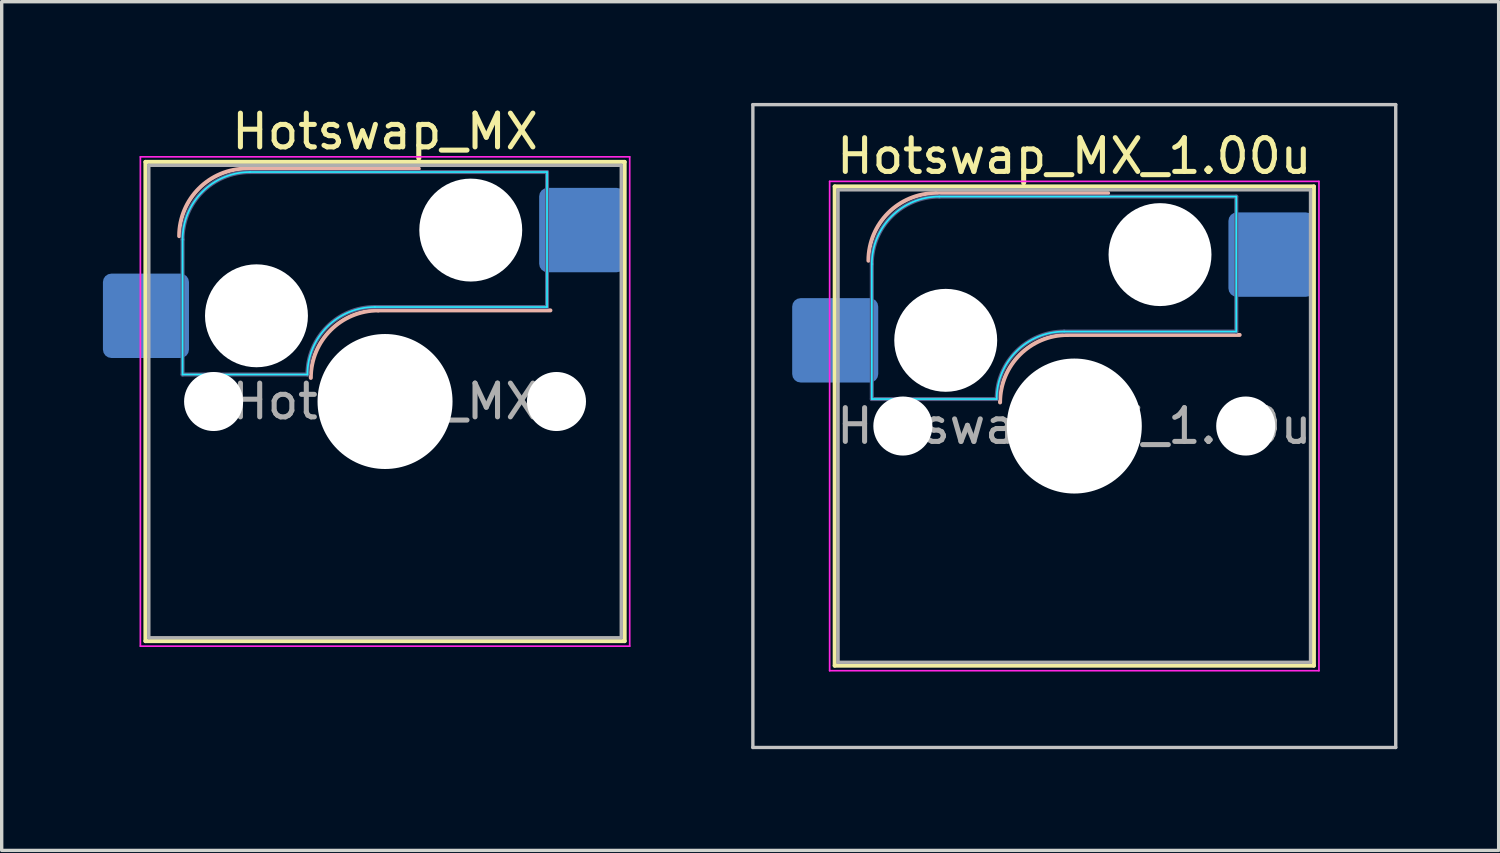
<source format=kicad_pcb>
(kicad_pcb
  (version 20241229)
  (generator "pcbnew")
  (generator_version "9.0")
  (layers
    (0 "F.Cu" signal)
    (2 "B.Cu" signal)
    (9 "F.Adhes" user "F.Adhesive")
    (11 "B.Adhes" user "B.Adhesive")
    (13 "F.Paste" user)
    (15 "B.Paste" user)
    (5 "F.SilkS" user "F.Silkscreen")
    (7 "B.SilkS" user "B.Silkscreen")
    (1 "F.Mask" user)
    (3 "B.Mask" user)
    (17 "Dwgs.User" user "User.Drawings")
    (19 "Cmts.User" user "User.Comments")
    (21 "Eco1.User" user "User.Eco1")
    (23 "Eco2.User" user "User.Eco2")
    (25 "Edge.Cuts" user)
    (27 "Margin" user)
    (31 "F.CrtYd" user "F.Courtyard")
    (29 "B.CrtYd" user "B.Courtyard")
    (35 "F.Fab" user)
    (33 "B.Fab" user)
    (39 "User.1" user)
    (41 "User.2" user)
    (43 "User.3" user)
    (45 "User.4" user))
  (footprint "Hotswap_MX_1.00u"
    (layer "F.Cu")
    (at 28.785 9.575)
    (property "Reference" "Hotswap_MX_1.00u" (at 0 -8 0) (layer "F.SilkS") (effects (font (size 1 1) (thickness 0.15))))
    (attr smd)
    (fp_line (start -7.1 -7.1) (end -7.1 7.1) (stroke (width 0.12) (type solid)) (layer "F.SilkS"))
    (fp_line (start -7.1 7.1) (end 7.1 7.1) (stroke (width 0.12) (type solid)) (layer "F.SilkS"))
    (fp_line (start 7.1 -7.1) (end -7.1 -7.1) (stroke (width 0.12) (type solid)) (layer "F.SilkS"))
    (fp_line (start 7.1 7.1) (end 7.1 -7.1) (stroke (width 0.12) (type solid)) (layer "F.SilkS"))
    (fp_line (start -4.1 -6.9) (end 1 -6.9) (stroke (width 0.12) (type solid)) (layer "B.SilkS"))
    (fp_line (start -0.2 -2.7) (end 4.9 -2.7) (stroke (width 0.12) (type solid)) (layer "B.SilkS"))
    (fp_arc (start -6.1 -4.9) (mid -5.514214 -6.314214) (end -4.1 -6.9) (stroke (width 0.12) (type solid)) (layer "B.SilkS"))
    (fp_arc (start -2.2 -0.7) (mid -1.614214 -2.114214) (end -0.2 -2.7) (stroke (width 0.12) (type solid)) (layer "B.SilkS"))
    (fp_line (start -9.525 -9.525) (end -9.525 9.525) (stroke (width 0.1) (type solid)) (layer "Dwgs.User"))
    (fp_line (start -9.525 9.525) (end 9.525 9.525) (stroke (width 0.1) (type solid)) (layer "Dwgs.User"))
    (fp_line (start 9.525 -9.525) (end -9.525 -9.525) (stroke (width 0.1) (type solid)) (layer "Dwgs.User"))
    (fp_line (start 9.525 9.525) (end 9.525 -9.525) (stroke (width 0.1) (type solid)) (layer "Dwgs.User"))
    (fp_line (start -7.8 -6) (end -7 -6) (stroke (width 0.1) (type solid)) (layer "Eco1.User"))
    (fp_line (start -7.8 -2.9) (end -7.8 -6) (stroke (width 0.1) (type solid)) (layer "Eco1.User"))
    (fp_line (start -7.8 2.9) (end -7 2.9) (stroke (width 0.1) (type solid)) (layer "Eco1.User"))
    (fp_line (start -7.8 6) (end -7.8 2.9) (stroke (width 0.1) (type solid)) (layer "Eco1.User"))
    (fp_line (start -7 -7) (end 7 -7) (stroke (width 0.1) (type solid)) (layer "Eco1.User"))
    (fp_line (start -7 -6) (end -7 -7) (stroke (width 0.1) (type solid)) (layer "Eco1.User"))
    (fp_line (start -7 -2.9) (end -7.8 -2.9) (stroke (width 0.1) (type solid)) (layer "Eco1.User"))
    (fp_line (start -7 2.9) (end -7 -2.9) (stroke (width 0.1) (type solid)) (layer "Eco1.User"))
    (fp_line (start -7 6) (end -7.8 6) (stroke (width 0.1) (type solid)) (layer "Eco1.User"))
    (fp_line (start -7 7) (end -7 6) (stroke (width 0.1) (type solid)) (layer "Eco1.User"))
    (fp_line (start 7 -7) (end 7 -6) (stroke (width 0.1) (type solid)) (layer "Eco1.User"))
    (fp_line (start 7 -6) (end 7.8 -6) (stroke (width 0.1) (type solid)) (layer "Eco1.User"))
    (fp_line (start 7 -2.9) (end 7 2.9) (stroke (width 0.1) (type solid)) (layer "Eco1.User"))
    (fp_line (start 7 2.9) (end 7.8 2.9) (stroke (width 0.1) (type solid)) (layer "Eco1.User"))
    (fp_line (start 7 6) (end 7 7) (stroke (width 0.1) (type solid)) (layer "Eco1.User"))
    (fp_line (start 7 7) (end -7 7) (stroke (width 0.1) (type solid)) (layer "Eco1.User"))
    (fp_line (start 7.8 -6) (end 7.8 -2.9) (stroke (width 0.1) (type solid)) (layer "Eco1.User"))
    (fp_line (start 7.8 -2.9) (end 7 -2.9) (stroke (width 0.1) (type solid)) (layer "Eco1.User"))
    (fp_line (start 7.8 2.9) (end 7.8 6) (stroke (width 0.1) (type solid)) (layer "Eco1.User"))
    (fp_line (start 7.8 6) (end 7 6) (stroke (width 0.1) (type solid)) (layer "Eco1.User"))
    (fp_line (start -6 -0.8) (end -6 -4.8) (stroke (width 0.05) (type solid)) (layer "B.CrtYd"))
    (fp_line (start -6 -0.8) (end -2.3 -0.8) (stroke (width 0.05) (type solid)) (layer "B.CrtYd"))
    (fp_line (start -4 -6.8) (end 4.8 -6.8) (stroke (width 0.05) (type solid)) (layer "B.CrtYd"))
    (fp_line (start -0.3 -2.8) (end 4.8 -2.8) (stroke (width 0.05) (type solid)) (layer "B.CrtYd"))
    (fp_line (start 4.8 -6.8) (end 4.8 -2.8) (stroke (width 0.05) (type solid)) (layer "B.CrtYd"))
    (fp_arc (start -6 -4.8) (mid -5.414214 -6.214214) (end -4 -6.8) (stroke (width 0.05) (type solid)) (layer "B.CrtYd"))
    (fp_arc (start -2.3 -0.8) (mid -1.714214 -2.214214) (end -0.3 -2.8) (stroke (width 0.05) (type solid)) (layer "B.CrtYd"))
    (fp_line (start -7.25 -7.25) (end -7.25 7.25) (stroke (width 0.05) (type solid)) (layer "F.CrtYd"))
    (fp_line (start -7.25 7.25) (end 7.25 7.25) (stroke (width 0.05) (type solid)) (layer "F.CrtYd"))
    (fp_line (start 7.25 -7.25) (end -7.25 -7.25) (stroke (width 0.05) (type solid)) (layer "F.CrtYd"))
    (fp_line (start 7.25 7.25) (end 7.25 -7.25) (stroke (width 0.05) (type solid)) (layer "F.CrtYd"))
    (fp_line (start -6 -0.8) (end -6 -4.8) (stroke (width 0.12) (type solid)) (layer "B.Fab"))
    (fp_line (start -6 -0.8) (end -2.3 -0.8) (stroke (width 0.12) (type solid)) (layer "B.Fab"))
    (fp_line (start -4 -6.8) (end 4.8 -6.8) (stroke (width 0.12) (type solid)) (layer "B.Fab"))
    (fp_line (start -0.3 -2.8) (end 4.8 -2.8) (stroke (width 0.12) (type solid)) (layer "B.Fab"))
    (fp_line (start 4.8 -6.8) (end 4.8 -2.8) (stroke (width 0.12) (type solid)) (layer "B.Fab"))
    (fp_arc (start -6 -4.8) (mid -5.414214 -6.214214) (end -4 -6.8) (stroke (width 0.12) (type solid)) (layer "B.Fab"))
    (fp_arc (start -2.3 -0.8) (mid -1.714214 -2.214214) (end -0.3 -2.8) (stroke (width 0.12) (type solid)) (layer "B.Fab"))
    (fp_line (start -7 -7) (end -7 7) (stroke (width 0.1) (type solid)) (layer "F.Fab"))
    (fp_line (start -7 7) (end 7 7) (stroke (width 0.1) (type solid)) (layer "F.Fab"))
    (fp_line (start 7 -7) (end -7 -7) (stroke (width 0.1) (type solid)) (layer "F.Fab"))
    (fp_line (start 7 7) (end 7 -7) (stroke (width 0.1) (type solid)) (layer "F.Fab"))
    (fp_text user "${REFERENCE}" (at 0 0 0) (layer "F.Fab") (effects (font (size 1 1) (thickness 0.15))))
    (pad "" np_thru_hole circle (at -5.08 0) (size 1.75 1.75) (drill 1.75) (layers "*.Cu" "*.Mask"))
    (pad "" np_thru_hole circle (at -3.81 -2.54) (size 3.05 3.05) (drill 3.05) (layers "*.Cu" "*.Mask"))
    (pad "" np_thru_hole circle (at 0 0) (size 4 4) (drill 4) (layers "*.Cu" "*.Mask"))
    (pad "" np_thru_hole circle (at 2.54 -5.08) (size 3.05 3.05) (drill 3.05) (layers "*.Cu" "*.Mask"))
    (pad "" np_thru_hole circle (at 5.08 0) (size 1.75 1.75) (drill 1.75) (layers "*.Cu" "*.Mask"))
    (pad "1" smd roundrect (at -7.085 -2.54) (size 2.55 2.5) (layers "B.Cu" "B.Mask" "B.Paste") (roundrect_rratio 0.1))
    (pad "2" smd roundrect (at 5.842 -5.08) (size 2.55 2.5) (layers "B.Cu" "B.Mask" "B.Paste") (roundrect_rratio 0.1)))
  (footprint "Hotswap_MX"
    (layer "F.Cu")
    (at 8.36 8.848)
    (property "Reference" "Hotswap_MX" (at 0 -8 0) (layer "F.SilkS") (effects (font (size 1 1) (thickness 0.15))))
    (attr smd)
    (fp_line (start -7.1 -7.1) (end -7.1 7.1) (stroke (width 0.12) (type solid)) (layer "F.SilkS"))
    (fp_line (start -7.1 7.1) (end 7.1 7.1) (stroke (width 0.12) (type solid)) (layer "F.SilkS"))
    (fp_line (start 7.1 -7.1) (end -7.1 -7.1) (stroke (width 0.12) (type solid)) (layer "F.SilkS"))
    (fp_line (start 7.1 7.1) (end 7.1 -7.1) (stroke (width 0.12) (type solid)) (layer "F.SilkS"))
    (fp_line (start -4.1 -6.9) (end 1 -6.9) (stroke (width 0.12) (type solid)) (layer "B.SilkS"))
    (fp_line (start -0.2 -2.7) (end 4.9 -2.7) (stroke (width 0.12) (type solid)) (layer "B.SilkS"))
    (fp_arc (start -6.1 -4.9) (mid -5.514214 -6.314214) (end -4.1 -6.9) (stroke (width 0.12) (type solid)) (layer "B.SilkS"))
    (fp_arc (start -2.2 -0.7) (mid -1.614214 -2.114214) (end -0.2 -2.7) (stroke (width 0.12) (type solid)) (layer "B.SilkS"))
    (fp_line (start -7.8 -6) (end -7 -6) (stroke (width 0.1) (type solid)) (layer "Eco1.User"))
    (fp_line (start -7.8 -2.9) (end -7.8 -6) (stroke (width 0.1) (type solid)) (layer "Eco1.User"))
    (fp_line (start -7.8 2.9) (end -7 2.9) (stroke (width 0.1) (type solid)) (layer "Eco1.User"))
    (fp_line (start -7.8 6) (end -7.8 2.9) (stroke (width 0.1) (type solid)) (layer "Eco1.User"))
    (fp_line (start -7 -7) (end 7 -7) (stroke (width 0.1) (type solid)) (layer "Eco1.User"))
    (fp_line (start -7 -6) (end -7 -7) (stroke (width 0.1) (type solid)) (layer "Eco1.User"))
    (fp_line (start -7 -2.9) (end -7.8 -2.9) (stroke (width 0.1) (type solid)) (layer "Eco1.User"))
    (fp_line (start -7 2.9) (end -7 -2.9) (stroke (width 0.1) (type solid)) (layer "Eco1.User"))
    (fp_line (start -7 6) (end -7.8 6) (stroke (width 0.1) (type solid)) (layer "Eco1.User"))
    (fp_line (start -7 7) (end -7 6) (stroke (width 0.1) (type solid)) (layer "Eco1.User"))
    (fp_line (start 7 -7) (end 7 -6) (stroke (width 0.1) (type solid)) (layer "Eco1.User"))
    (fp_line (start 7 -6) (end 7.8 -6) (stroke (width 0.1) (type solid)) (layer "Eco1.User"))
    (fp_line (start 7 -2.9) (end 7 2.9) (stroke (width 0.1) (type solid)) (layer "Eco1.User"))
    (fp_line (start 7 2.9) (end 7.8 2.9) (stroke (width 0.1) (type solid)) (layer "Eco1.User"))
    (fp_line (start 7 6) (end 7 7) (stroke (width 0.1) (type solid)) (layer "Eco1.User"))
    (fp_line (start 7 7) (end -7 7) (stroke (width 0.1) (type solid)) (layer "Eco1.User"))
    (fp_line (start 7.8 -6) (end 7.8 -2.9) (stroke (width 0.1) (type solid)) (layer "Eco1.User"))
    (fp_line (start 7.8 -2.9) (end 7 -2.9) (stroke (width 0.1) (type solid)) (layer "Eco1.User"))
    (fp_line (start 7.8 2.9) (end 7.8 6) (stroke (width 0.1) (type solid)) (layer "Eco1.User"))
    (fp_line (start 7.8 6) (end 7 6) (stroke (width 0.1) (type solid)) (layer "Eco1.User"))
    (fp_line (start -6 -0.8) (end -6 -4.8) (stroke (width 0.05) (type solid)) (layer "B.CrtYd"))
    (fp_line (start -6 -0.8) (end -2.3 -0.8) (stroke (width 0.05) (type solid)) (layer "B.CrtYd"))
    (fp_line (start -4 -6.8) (end 4.8 -6.8) (stroke (width 0.05) (type solid)) (layer "B.CrtYd"))
    (fp_line (start -0.3 -2.8) (end 4.8 -2.8) (stroke (width 0.05) (type solid)) (layer "B.CrtYd"))
    (fp_line (start 4.8 -6.8) (end 4.8 -2.8) (stroke (width 0.05) (type solid)) (layer "B.CrtYd"))
    (fp_arc (start -6 -4.8) (mid -5.414214 -6.214214) (end -4 -6.8) (stroke (width 0.05) (type solid)) (layer "B.CrtYd"))
    (fp_arc (start -2.3 -0.8) (mid -1.714214 -2.214214) (end -0.3 -2.8) (stroke (width 0.05) (type solid)) (layer "B.CrtYd"))
    (fp_line (start -7.25 -7.25) (end -7.25 7.25) (stroke (width 0.05) (type solid)) (layer "F.CrtYd"))
    (fp_line (start -7.25 7.25) (end 7.25 7.25) (stroke (width 0.05) (type solid)) (layer "F.CrtYd"))
    (fp_line (start 7.25 -7.25) (end -7.25 -7.25) (stroke (width 0.05) (type solid)) (layer "F.CrtYd"))
    (fp_line (start 7.25 7.25) (end 7.25 -7.25) (stroke (width 0.05) (type solid)) (layer "F.CrtYd"))
    (fp_line (start -6 -0.8) (end -6 -4.8) (stroke (width 0.12) (type solid)) (layer "B.Fab"))
    (fp_line (start -6 -0.8) (end -2.3 -0.8) (stroke (width 0.12) (type solid)) (layer "B.Fab"))
    (fp_line (start -4 -6.8) (end 4.8 -6.8) (stroke (width 0.12) (type solid)) (layer "B.Fab"))
    (fp_line (start -0.3 -2.8) (end 4.8 -2.8) (stroke (width 0.12) (type solid)) (layer "B.Fab"))
    (fp_line (start 4.8 -6.8) (end 4.8 -2.8) (stroke (width 0.12) (type solid)) (layer "B.Fab"))
    (fp_arc (start -6 -4.8) (mid -5.414214 -6.214214) (end -4 -6.8) (stroke (width 0.12) (type solid)) (layer "B.Fab"))
    (fp_arc (start -2.3 -0.8) (mid -1.714214 -2.214214) (end -0.3 -2.8) (stroke (width 0.12) (type solid)) (layer "B.Fab"))
    (fp_line (start -7 -7) (end -7 7) (stroke (width 0.1) (type solid)) (layer "F.Fab"))
    (fp_line (start -7 7) (end 7 7) (stroke (width 0.1) (type solid)) (layer "F.Fab"))
    (fp_line (start 7 -7) (end -7 -7) (stroke (width 0.1) (type solid)) (layer "F.Fab"))
    (fp_line (start 7 7) (end 7 -7) (stroke (width 0.1) (type solid)) (layer "F.Fab"))
    (fp_text user "${REFERENCE}" (at 0 0 0) (layer "F.Fab") (effects (font (size 1 1) (thickness 0.15))))
    (pad "" np_thru_hole circle (at -5.08 0) (size 1.75 1.75) (drill 1.75) (layers "*.Cu" "*.Mask"))
    (pad "" np_thru_hole circle (at -3.81 -2.54) (size 3.05 3.05) (drill 3.05) (layers "*.Cu" "*.Mask"))
    (pad "" np_thru_hole circle (at 0 0) (size 4 4) (drill 4) (layers "*.Cu" "*.Mask"))
    (pad "" np_thru_hole circle (at 2.54 -5.08) (size 3.05 3.05) (drill 3.05) (layers "*.Cu" "*.Mask"))
    (pad "" np_thru_hole circle (at 5.08 0) (size 1.75 1.75) (drill 1.75) (layers "*.Cu" "*.Mask"))
    (pad "1" smd roundrect (at -7.085 -2.54) (size 2.55 2.5) (layers "B.Cu" "B.Mask" "B.Paste") (roundrect_rratio 0.1))
    (pad "2" smd roundrect (at 5.842 -5.08) (size 2.55 2.5) (layers "B.Cu" "B.Mask" "B.Paste") (roundrect_rratio 0.1)))
  (gr_rect
    (start -3 -3)
    (end 41.36 22.15)
    (stroke (width 0.1) (type default))
    (fill no)
    (layer "Edge.Cuts")))
</source>
